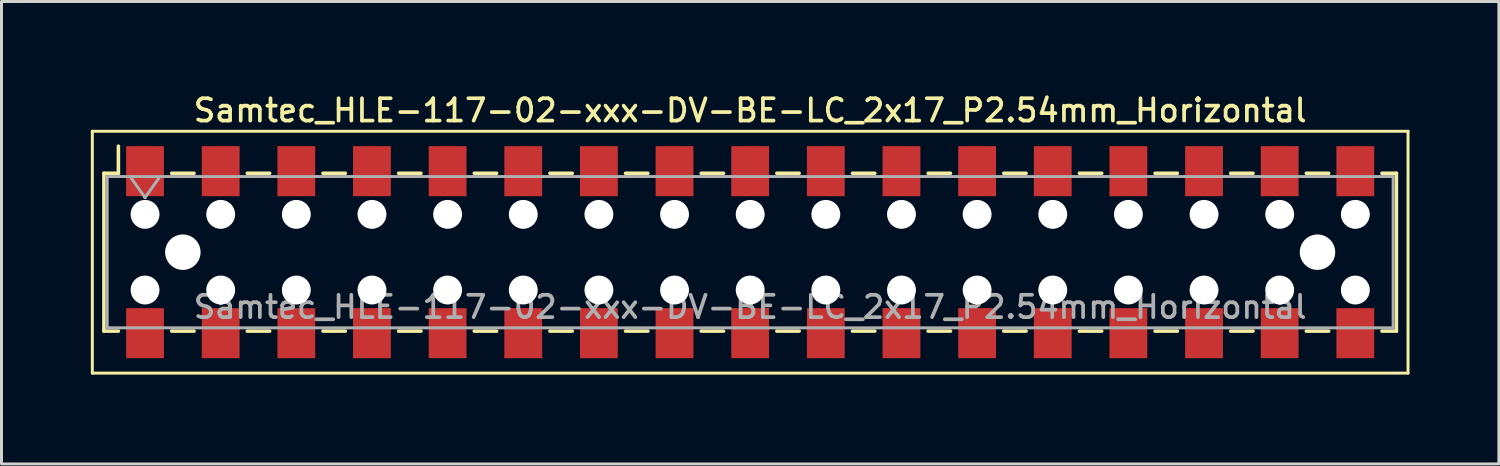
<source format=kicad_pcb>
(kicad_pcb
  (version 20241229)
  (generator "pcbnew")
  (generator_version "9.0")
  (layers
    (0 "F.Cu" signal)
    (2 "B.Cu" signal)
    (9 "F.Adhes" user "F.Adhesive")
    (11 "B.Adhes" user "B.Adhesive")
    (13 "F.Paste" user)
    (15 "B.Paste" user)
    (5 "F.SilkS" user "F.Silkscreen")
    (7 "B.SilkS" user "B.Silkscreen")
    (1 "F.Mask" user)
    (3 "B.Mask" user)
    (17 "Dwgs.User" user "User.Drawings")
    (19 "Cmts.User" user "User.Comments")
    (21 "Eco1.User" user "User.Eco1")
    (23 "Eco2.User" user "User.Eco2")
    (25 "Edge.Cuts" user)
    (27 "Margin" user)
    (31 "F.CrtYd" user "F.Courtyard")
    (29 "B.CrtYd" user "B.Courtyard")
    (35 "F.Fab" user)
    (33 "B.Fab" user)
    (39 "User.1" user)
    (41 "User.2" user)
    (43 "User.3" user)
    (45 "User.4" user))
  (footprint "Samtec_HLE-117-02-xxx-DV-BE-LC_2x17_P2.54mm_Horizontal"
    (layer "F.Cu")
    (at 22.14 5.418)
    (property "Reference" "Samtec_HLE-117-02-xxx-DV-BE-LC_2x17_P2.54mm_Horizontal" (at 0 -4.76 0) (layer "F.SilkS") (effects (font (size 0.75 0.75) (thickness 0.125))))
    (attr smd)
    (fp_line (start -22.09 -4.06) (end 22.09 -4.06) (stroke (width 0.1) (type solid)) (layer "F.SilkS"))
    (fp_line (start -22.09 4.06) (end -22.09 -4.06) (stroke (width 0.1) (type solid)) (layer "F.SilkS"))
    (fp_line (start -21.7 -2.65) (end -21.7 2.65) (stroke (width 0.12) (type solid)) (layer "F.SilkS"))
    (fp_line (start -21.7 2.65) (end -21.215 2.65) (stroke (width 0.12) (type solid)) (layer "F.SilkS"))
    (fp_line (start -21.215 -3.56) (end -21.215 -2.65) (stroke (width 0.12) (type solid)) (layer "F.SilkS"))
    (fp_line (start -21.215 -2.65) (end -21.7 -2.65) (stroke (width 0.12) (type solid)) (layer "F.SilkS"))
    (fp_line (start -19.425 -2.65) (end -18.675 -2.65) (stroke (width 0.12) (type solid)) (layer "F.SilkS"))
    (fp_line (start -19.425 2.65) (end -18.675 2.65) (stroke (width 0.12) (type solid)) (layer "F.SilkS"))
    (fp_line (start -16.885 -2.65) (end -16.135 -2.65) (stroke (width 0.12) (type solid)) (layer "F.SilkS"))
    (fp_line (start -16.885 2.65) (end -16.135 2.65) (stroke (width 0.12) (type solid)) (layer "F.SilkS"))
    (fp_line (start -14.345 -2.65) (end -13.595 -2.65) (stroke (width 0.12) (type solid)) (layer "F.SilkS"))
    (fp_line (start -14.345 2.65) (end -13.595 2.65) (stroke (width 0.12) (type solid)) (layer "F.SilkS"))
    (fp_line (start -11.805 -2.65) (end -11.055 -2.65) (stroke (width 0.12) (type solid)) (layer "F.SilkS"))
    (fp_line (start -11.805 2.65) (end -11.055 2.65) (stroke (width 0.12) (type solid)) (layer "F.SilkS"))
    (fp_line (start -9.265 -2.65) (end -8.515 -2.65) (stroke (width 0.12) (type solid)) (layer "F.SilkS"))
    (fp_line (start -9.265 2.65) (end -8.515 2.65) (stroke (width 0.12) (type solid)) (layer "F.SilkS"))
    (fp_line (start -6.725 -2.65) (end -5.975 -2.65) (stroke (width 0.12) (type solid)) (layer "F.SilkS"))
    (fp_line (start -6.725 2.65) (end -5.975 2.65) (stroke (width 0.12) (type solid)) (layer "F.SilkS"))
    (fp_line (start -4.185 -2.65) (end -3.435 -2.65) (stroke (width 0.12) (type solid)) (layer "F.SilkS"))
    (fp_line (start -4.185 2.65) (end -3.435 2.65) (stroke (width 0.12) (type solid)) (layer "F.SilkS"))
    (fp_line (start -1.645 -2.65) (end -0.895 -2.65) (stroke (width 0.12) (type solid)) (layer "F.SilkS"))
    (fp_line (start -1.645 2.65) (end -0.895 2.65) (stroke (width 0.12) (type solid)) (layer "F.SilkS"))
    (fp_line (start 0.895 -2.65) (end 1.645 -2.65) (stroke (width 0.12) (type solid)) (layer "F.SilkS"))
    (fp_line (start 0.895 2.65) (end 1.645 2.65) (stroke (width 0.12) (type solid)) (layer "F.SilkS"))
    (fp_line (start 3.435 -2.65) (end 4.185 -2.65) (stroke (width 0.12) (type solid)) (layer "F.SilkS"))
    (fp_line (start 3.435 2.65) (end 4.185 2.65) (stroke (width 0.12) (type solid)) (layer "F.SilkS"))
    (fp_line (start 5.975 -2.65) (end 6.725 -2.65) (stroke (width 0.12) (type solid)) (layer "F.SilkS"))
    (fp_line (start 5.975 2.65) (end 6.725 2.65) (stroke (width 0.12) (type solid)) (layer "F.SilkS"))
    (fp_line (start 8.515 -2.65) (end 9.265 -2.65) (stroke (width 0.12) (type solid)) (layer "F.SilkS"))
    (fp_line (start 8.515 2.65) (end 9.265 2.65) (stroke (width 0.12) (type solid)) (layer "F.SilkS"))
    (fp_line (start 11.055 -2.65) (end 11.805 -2.65) (stroke (width 0.12) (type solid)) (layer "F.SilkS"))
    (fp_line (start 11.055 2.65) (end 11.805 2.65) (stroke (width 0.12) (type solid)) (layer "F.SilkS"))
    (fp_line (start 13.595 -2.65) (end 14.345 -2.65) (stroke (width 0.12) (type solid)) (layer "F.SilkS"))
    (fp_line (start 13.595 2.65) (end 14.345 2.65) (stroke (width 0.12) (type solid)) (layer "F.SilkS"))
    (fp_line (start 16.135 -2.65) (end 16.885 -2.65) (stroke (width 0.12) (type solid)) (layer "F.SilkS"))
    (fp_line (start 16.135 2.65) (end 16.885 2.65) (stroke (width 0.12) (type solid)) (layer "F.SilkS"))
    (fp_line (start 18.675 -2.65) (end 19.425 -2.65) (stroke (width 0.12) (type solid)) (layer "F.SilkS"))
    (fp_line (start 18.675 2.65) (end 19.425 2.65) (stroke (width 0.12) (type solid)) (layer "F.SilkS"))
    (fp_line (start 21.215 -2.65) (end 21.7 -2.65) (stroke (width 0.12) (type solid)) (layer "F.SilkS"))
    (fp_line (start 21.7 -2.65) (end 21.7 2.65) (stroke (width 0.12) (type solid)) (layer "F.SilkS"))
    (fp_line (start 21.7 2.65) (end 21.215 2.65) (stroke (width 0.12) (type solid)) (layer "F.SilkS"))
    (fp_line (start 22.09 -4.06) (end 22.09 4.06) (stroke (width 0.1) (type solid)) (layer "F.SilkS"))
    (fp_line (start 22.09 4.06) (end -22.09 4.06) (stroke (width 0.1) (type solid)) (layer "F.SilkS"))
    (fp_line (start -21.59 -2.54) (end 21.59 -2.54) (stroke (width 0.1) (type solid)) (layer "F.Fab"))
    (fp_line (start -21.59 2.54) (end -21.59 -2.54) (stroke (width 0.1) (type solid)) (layer "F.Fab"))
    (fp_line (start -20.82 -2.54) (end -20.32 -1.833) (stroke (width 0.1) (type solid)) (layer "F.Fab"))
    (fp_line (start -20.32 -1.833) (end -19.82 -2.54) (stroke (width 0.1) (type solid)) (layer "F.Fab"))
    (fp_line (start 21.59 -2.54) (end 21.59 2.54) (stroke (width 0.1) (type solid)) (layer "F.Fab"))
    (fp_line (start 21.59 2.54) (end -21.59 2.54) (stroke (width 0.1) (type solid)) (layer "F.Fab"))
    (fp_text user "${REFERENCE}" (at 0 1.84 0) (layer "F.Fab") (effects (font (size 0.75 0.75) (thickness 0.125))))
    (pad "" np_thru_hole circle (at -20.32 -1.27) (size 0.97 0.97) (drill 0.97) (layers "*.Cu" "*.Mask"))
    (pad "" np_thru_hole circle (at -20.32 1.27) (size 0.97 0.97) (drill 0.97) (layers "*.Cu" "*.Mask"))
    (pad "" np_thru_hole circle (at -19.05 0) (size 1.19 1.19) (drill 1.19) (layers "*.Cu" "*.Mask"))
    (pad "" np_thru_hole circle (at -17.78 -1.27) (size 0.97 0.97) (drill 0.97) (layers "*.Cu" "*.Mask"))
    (pad "" np_thru_hole circle (at -17.78 1.27) (size 0.97 0.97) (drill 0.97) (layers "*.Cu" "*.Mask"))
    (pad "" np_thru_hole circle (at -15.24 -1.27) (size 0.97 0.97) (drill 0.97) (layers "*.Cu" "*.Mask"))
    (pad "" np_thru_hole circle (at -15.24 1.27) (size 0.97 0.97) (drill 0.97) (layers "*.Cu" "*.Mask"))
    (pad "" np_thru_hole circle (at -12.7 -1.27) (size 0.97 0.97) (drill 0.97) (layers "*.Cu" "*.Mask"))
    (pad "" np_thru_hole circle (at -12.7 1.27) (size 0.97 0.97) (drill 0.97) (layers "*.Cu" "*.Mask"))
    (pad "" np_thru_hole circle (at -10.16 -1.27) (size 0.97 0.97) (drill 0.97) (layers "*.Cu" "*.Mask"))
    (pad "" np_thru_hole circle (at -10.16 1.27) (size 0.97 0.97) (drill 0.97) (layers "*.Cu" "*.Mask"))
    (pad "" np_thru_hole circle (at -7.62 -1.27) (size 0.97 0.97) (drill 0.97) (layers "*.Cu" "*.Mask"))
    (pad "" np_thru_hole circle (at -7.62 1.27) (size 0.97 0.97) (drill 0.97) (layers "*.Cu" "*.Mask"))
    (pad "" np_thru_hole circle (at -5.08 -1.27) (size 0.97 0.97) (drill 0.97) (layers "*.Cu" "*.Mask"))
    (pad "" np_thru_hole circle (at -5.08 1.27) (size 0.97 0.97) (drill 0.97) (layers "*.Cu" "*.Mask"))
    (pad "" np_thru_hole circle (at -2.54 -1.27) (size 0.97 0.97) (drill 0.97) (layers "*.Cu" "*.Mask"))
    (pad "" np_thru_hole circle (at -2.54 1.27) (size 0.97 0.97) (drill 0.97) (layers "*.Cu" "*.Mask"))
    (pad "" np_thru_hole circle (at 0 -1.27) (size 0.97 0.97) (drill 0.97) (layers "*.Cu" "*.Mask"))
    (pad "" np_thru_hole circle (at 0 1.27) (size 0.97 0.97) (drill 0.97) (layers "*.Cu" "*.Mask"))
    (pad "" np_thru_hole circle (at 2.54 -1.27) (size 0.97 0.97) (drill 0.97) (layers "*.Cu" "*.Mask"))
    (pad "" np_thru_hole circle (at 2.54 1.27) (size 0.97 0.97) (drill 0.97) (layers "*.Cu" "*.Mask"))
    (pad "" np_thru_hole circle (at 5.08 -1.27) (size 0.97 0.97) (drill 0.97) (layers "*.Cu" "*.Mask"))
    (pad "" np_thru_hole circle (at 5.08 1.27) (size 0.97 0.97) (drill 0.97) (layers "*.Cu" "*.Mask"))
    (pad "" np_thru_hole circle (at 7.62 -1.27) (size 0.97 0.97) (drill 0.97) (layers "*.Cu" "*.Mask"))
    (pad "" np_thru_hole circle (at 7.62 1.27) (size 0.97 0.97) (drill 0.97) (layers "*.Cu" "*.Mask"))
    (pad "" np_thru_hole circle (at 10.16 -1.27) (size 0.97 0.97) (drill 0.97) (layers "*.Cu" "*.Mask"))
    (pad "" np_thru_hole circle (at 10.16 1.27) (size 0.97 0.97) (drill 0.97) (layers "*.Cu" "*.Mask"))
    (pad "" np_thru_hole circle (at 12.7 -1.27) (size 0.97 0.97) (drill 0.97) (layers "*.Cu" "*.Mask"))
    (pad "" np_thru_hole circle (at 12.7 1.27) (size 0.97 0.97) (drill 0.97) (layers "*.Cu" "*.Mask"))
    (pad "" np_thru_hole circle (at 15.24 -1.27) (size 0.97 0.97) (drill 0.97) (layers "*.Cu" "*.Mask"))
    (pad "" np_thru_hole circle (at 15.24 1.27) (size 0.97 0.97) (drill 0.97) (layers "*.Cu" "*.Mask"))
    (pad "" np_thru_hole circle (at 17.78 -1.27) (size 0.97 0.97) (drill 0.97) (layers "*.Cu" "*.Mask"))
    (pad "" np_thru_hole circle (at 17.78 1.27) (size 0.97 0.97) (drill 0.97) (layers "*.Cu" "*.Mask"))
    (pad "" np_thru_hole circle (at 19.05 0) (size 1.19 1.19) (drill 1.19) (layers "*.Cu" "*.Mask"))
    (pad "" np_thru_hole circle (at 20.32 -1.27) (size 0.97 0.97) (drill 0.97) (layers "*.Cu" "*.Mask"))
    (pad "" np_thru_hole circle (at 20.32 1.27) (size 0.97 0.97) (drill 0.97) (layers "*.Cu" "*.Mask"))
    (pad "1" smd rect (at -20.32 -2.72) (size 1.27 1.68) (layers "F.Cu" "F.Mask" "F.Paste"))
    (pad "2" smd rect (at -20.32 2.72) (size 1.27 1.68) (layers "F.Cu" "F.Mask" "F.Paste"))
    (pad "3" smd rect (at -17.78 -2.72) (size 1.27 1.68) (layers "F.Cu" "F.Mask" "F.Paste"))
    (pad "4" smd rect (at -17.78 2.72) (size 1.27 1.68) (layers "F.Cu" "F.Mask" "F.Paste"))
    (pad "5" smd rect (at -15.24 -2.72) (size 1.27 1.68) (layers "F.Cu" "F.Mask" "F.Paste"))
    (pad "6" smd rect (at -15.24 2.72) (size 1.27 1.68) (layers "F.Cu" "F.Mask" "F.Paste"))
    (pad "7" smd rect (at -12.7 -2.72) (size 1.27 1.68) (layers "F.Cu" "F.Mask" "F.Paste"))
    (pad "8" smd rect (at -12.7 2.72) (size 1.27 1.68) (layers "F.Cu" "F.Mask" "F.Paste"))
    (pad "9" smd rect (at -10.16 -2.72) (size 1.27 1.68) (layers "F.Cu" "F.Mask" "F.Paste"))
    (pad "10" smd rect (at -10.16 2.72) (size 1.27 1.68) (layers "F.Cu" "F.Mask" "F.Paste"))
    (pad "11" smd rect (at -7.62 -2.72) (size 1.27 1.68) (layers "F.Cu" "F.Mask" "F.Paste"))
    (pad "12" smd rect (at -7.62 2.72) (size 1.27 1.68) (layers "F.Cu" "F.Mask" "F.Paste"))
    (pad "13" smd rect (at -5.08 -2.72) (size 1.27 1.68) (layers "F.Cu" "F.Mask" "F.Paste"))
    (pad "14" smd rect (at -5.08 2.72) (size 1.27 1.68) (layers "F.Cu" "F.Mask" "F.Paste"))
    (pad "15" smd rect (at -2.54 -2.72) (size 1.27 1.68) (layers "F.Cu" "F.Mask" "F.Paste"))
    (pad "16" smd rect (at -2.54 2.72) (size 1.27 1.68) (layers "F.Cu" "F.Mask" "F.Paste"))
    (pad "17" smd rect (at 0 -2.72) (size 1.27 1.68) (layers "F.Cu" "F.Mask" "F.Paste"))
    (pad "18" smd rect (at 0 2.72) (size 1.27 1.68) (layers "F.Cu" "F.Mask" "F.Paste"))
    (pad "19" smd rect (at 2.54 -2.72) (size 1.27 1.68) (layers "F.Cu" "F.Mask" "F.Paste"))
    (pad "20" smd rect (at 2.54 2.72) (size 1.27 1.68) (layers "F.Cu" "F.Mask" "F.Paste"))
    (pad "21" smd rect (at 5.08 -2.72) (size 1.27 1.68) (layers "F.Cu" "F.Mask" "F.Paste"))
    (pad "22" smd rect (at 5.08 2.72) (size 1.27 1.68) (layers "F.Cu" "F.Mask" "F.Paste"))
    (pad "23" smd rect (at 7.62 -2.72) (size 1.27 1.68) (layers "F.Cu" "F.Mask" "F.Paste"))
    (pad "24" smd rect (at 7.62 2.72) (size 1.27 1.68) (layers "F.Cu" "F.Mask" "F.Paste"))
    (pad "25" smd rect (at 10.16 -2.72) (size 1.27 1.68) (layers "F.Cu" "F.Mask" "F.Paste"))
    (pad "26" smd rect (at 10.16 2.72) (size 1.27 1.68) (layers "F.Cu" "F.Mask" "F.Paste"))
    (pad "27" smd rect (at 12.7 -2.72) (size 1.27 1.68) (layers "F.Cu" "F.Mask" "F.Paste"))
    (pad "28" smd rect (at 12.7 2.72) (size 1.27 1.68) (layers "F.Cu" "F.Mask" "F.Paste"))
    (pad "29" smd rect (at 15.24 -2.72) (size 1.27 1.68) (layers "F.Cu" "F.Mask" "F.Paste"))
    (pad "30" smd rect (at 15.24 2.72) (size 1.27 1.68) (layers "F.Cu" "F.Mask" "F.Paste"))
    (pad "31" smd rect (at 17.78 -2.72) (size 1.27 1.68) (layers "F.Cu" "F.Mask" "F.Paste"))
    (pad "32" smd rect (at 17.78 2.72) (size 1.27 1.68) (layers "F.Cu" "F.Mask" "F.Paste"))
    (pad "33" smd rect (at 20.32 -2.72) (size 1.27 1.68) (layers "F.Cu" "F.Mask" "F.Paste"))
    (pad "34" smd rect (at 20.32 2.72) (size 1.27 1.68) (layers "F.Cu" "F.Mask" "F.Paste")))
  (gr_rect
    (start -3 -3)
    (end 47.28 12.528)
    (stroke (width 0.1) (type default))
    (fill no)
    (layer "Edge.Cuts")))
</source>
